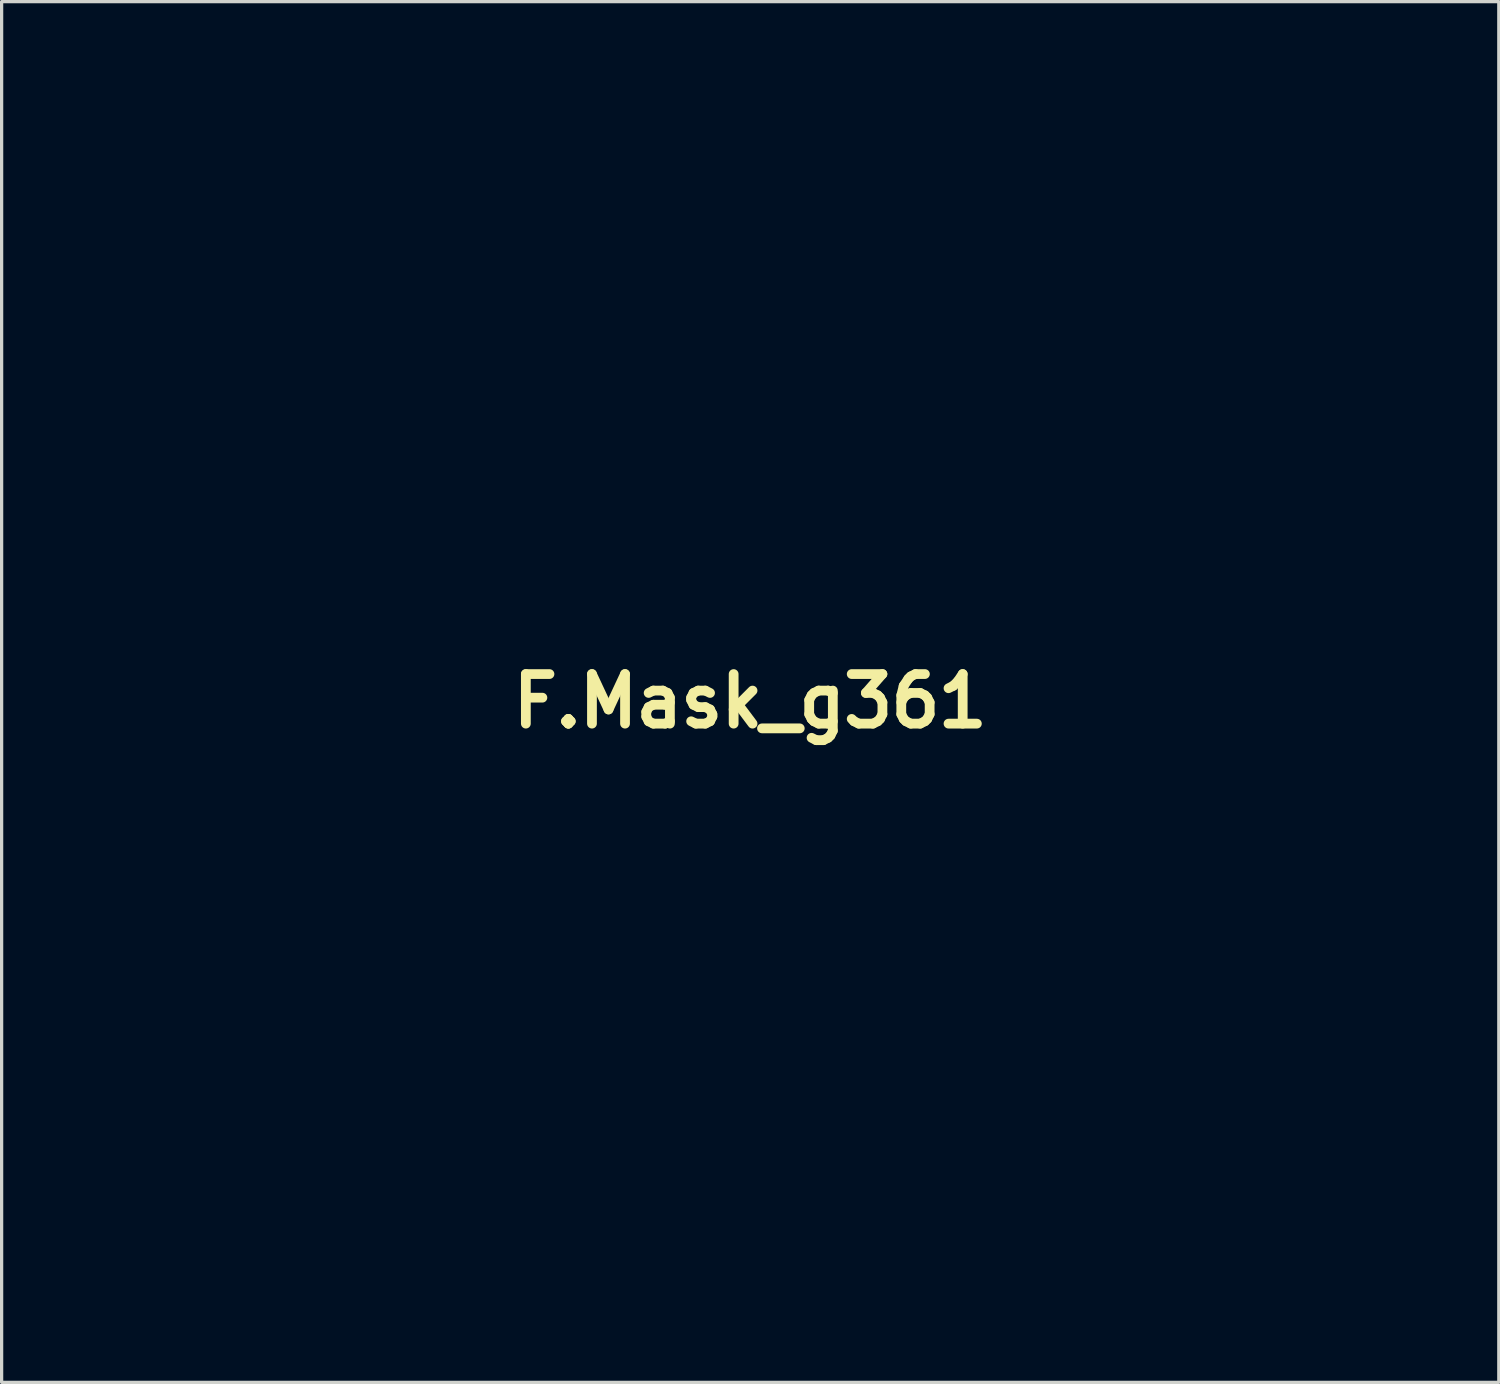
<source format=kicad_pcb>
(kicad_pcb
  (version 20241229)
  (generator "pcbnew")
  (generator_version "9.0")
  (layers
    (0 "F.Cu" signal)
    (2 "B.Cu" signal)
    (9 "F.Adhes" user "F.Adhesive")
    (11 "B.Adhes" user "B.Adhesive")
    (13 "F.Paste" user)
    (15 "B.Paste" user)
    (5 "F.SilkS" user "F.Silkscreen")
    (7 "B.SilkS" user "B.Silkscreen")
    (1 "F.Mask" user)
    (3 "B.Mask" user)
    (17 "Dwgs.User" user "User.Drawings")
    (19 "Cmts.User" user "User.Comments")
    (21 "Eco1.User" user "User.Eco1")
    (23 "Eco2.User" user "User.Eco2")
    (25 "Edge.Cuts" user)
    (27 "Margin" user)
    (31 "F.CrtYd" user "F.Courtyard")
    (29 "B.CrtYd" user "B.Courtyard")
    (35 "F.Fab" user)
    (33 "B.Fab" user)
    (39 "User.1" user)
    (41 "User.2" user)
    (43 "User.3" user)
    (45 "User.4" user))
  (footprint "F.Mask_g361"
    (layer "F.Cu")
    (at 20.006 18.501)
    (property "Reference" "F.Mask_g361" (at 0 0 0) (layer "F.SilkS") (effects (font (size 1.524 1.524) (thickness 0.3))))
    (attr through_hole)
    (fp_poly (pts (xy -11.447 3.186) (xy -11.42 3.214) (xy -11.378 3.267) (xy -11.316 3.351) (xy -11.29 3.389) (xy -11.198 3.52) (xy -11.112 3.644) (xy -11.037 3.755) (xy -10.976 3.85) (xy -10.931 3.923) (xy -10.905 3.969) (xy -10.901 3.982) (xy -10.907 3.999) (xy -10.929 3.992) (xy -10.969 3.961) (xy -11.031 3.901) (xy -11.1 3.83) (xy -11.232 3.682) (xy -11.337 3.543) (xy -11.413 3.415) (xy -11.458 3.304) (xy -11.471 3.211) (xy -11.469 3.197) (xy -11.463 3.182) (xy -11.447 3.186)) (stroke (width 0.01) (type solid)) (fill yes) (layer "F.Mask"))
    (fp_poly (pts (xy -10.345 2.486) (xy -10.309 2.511) (xy -10.225 2.608) (xy -10.174 2.727) (xy -10.16 2.833) (xy -10.165 2.911) (xy -10.179 3.011) (xy -10.199 3.122) (xy -10.222 3.231) (xy -10.247 3.326) (xy -10.27 3.395) (xy -10.276 3.407) (xy -10.332 3.478) (xy -10.405 3.51) (xy -10.49 3.504) (xy -10.546 3.48) (xy -10.614 3.421) (xy -10.663 3.327) (xy -10.692 3.204) (xy -10.701 3.057) (xy -10.688 2.894) (xy -10.661 2.75) (xy -10.622 2.625) (xy -10.574 2.529) (xy -10.547 2.493) (xy -10.492 2.461) (xy -10.42 2.458) (xy -10.345 2.486)) (stroke (width 0.01) (type solid)) (fill yes) (layer "F.Mask"))
    (fp_poly (pts (xy -1.566 -11.251) (xy -1.496 -11.22) (xy -1.453 -11.165) (xy -1.45 -11.156) (xy -1.447 -11.088) (xy -1.47 -11.006) (xy -1.514 -10.928) (xy -1.55 -10.886) (xy -1.611 -10.835) (xy -1.7 -10.769) (xy -1.809 -10.694) (xy -1.93 -10.615) (xy -2.054 -10.538) (xy -2.173 -10.468) (xy -2.278 -10.411) (xy -2.298 -10.4) (xy -2.434 -10.341) (xy -2.56 -10.304) (xy -2.669 -10.289) (xy -2.754 -10.298) (xy -2.783 -10.31) (xy -2.846 -10.367) (xy -2.876 -10.443) (xy -2.876 -10.53) (xy -2.846 -10.622) (xy -2.788 -10.711) (xy -2.705 -10.79) (xy -2.673 -10.812) (xy -2.561 -10.878) (xy -2.427 -10.948) (xy -2.28 -11.019) (xy -2.128 -11.087) (xy -1.98 -11.148) (xy -1.844 -11.198) (xy -1.729 -11.235) (xy -1.654 -11.252) (xy -1.566 -11.251)) (stroke (width 0.01) (type solid)) (fill yes) (layer "F.Mask"))
    (fp_poly (pts (xy 8.116 -12.67) (xy 8.117 -12.67) (xy 8.172 -12.639) (xy 8.2 -12.583) (xy 8.204 -12.512) (xy 8.184 -12.432) (xy 8.144 -12.352) (xy 8.084 -12.278) (xy 8.011 -12.222) (xy 7.952 -12.193) (xy 7.888 -12.175) (xy 7.81 -12.166) (xy 7.707 -12.166) (xy 7.593 -12.171) (xy 7.522 -12.173) (xy 7.476 -12.166) (xy 7.435 -12.141) (xy 7.383 -12.093) (xy 7.381 -12.091) (xy 7.279 -12.008) (xy 7.183 -11.967) (xy 7.09 -11.965) (xy 7.034 -11.985) (xy 6.994 -12.018) (xy 6.957 -12.072) (xy 6.952 -12.08) (xy 6.929 -12.174) (xy 6.945 -12.266) (xy 7 -12.353) (xy 7.091 -12.434) (xy 7.216 -12.507) (xy 7.373 -12.57) (xy 7.446 -12.591) (xy 7.535 -12.612) (xy 7.643 -12.632) (xy 7.759 -12.649) (xy 7.875 -12.663) (xy 7.98 -12.672) (xy 8.064 -12.675) (xy 8.116 -12.67)) (stroke (width 0.01) (type solid)) (fill yes) (layer "F.Mask"))
    (fp_poly (pts (xy 10.181 -15.362) (xy 10.367 -15.361) (xy 10.515 -15.359) (xy 10.631 -15.357) (xy 10.72 -15.354) (xy 10.787 -15.35) (xy 10.836 -15.344) (xy 10.874 -15.336) (xy 10.904 -15.326) (xy 10.933 -15.314) (xy 10.954 -15.303) (xy 11.047 -15.24) (xy 11.115 -15.151) (xy 11.163 -15.03) (xy 11.176 -14.975) (xy 11.186 -14.925) (xy 11.2 -14.839) (xy 11.217 -14.727) (xy 11.236 -14.594) (xy 11.257 -14.448) (xy 11.271 -14.351) (xy 11.292 -14.198) (xy 11.314 -14.051) (xy 11.335 -13.917) (xy 11.353 -13.804) (xy 11.369 -13.721) (xy 11.375 -13.688) (xy 11.397 -13.592) (xy 11.406 -13.533) (xy 11.401 -13.506) (xy 11.382 -13.506) (xy 11.347 -13.53) (xy 11.333 -13.542) (xy 11.307 -13.567) (xy 11.257 -13.618) (xy 11.186 -13.692) (xy 11.1 -13.784) (xy 11.002 -13.889) (xy 10.896 -14.002) (xy 10.896 -14.003) (xy 10.791 -14.116) (xy 10.688 -14.224) (xy 10.585 -14.332) (xy 10.476 -14.442) (xy 10.357 -14.56) (xy 10.226 -14.689) (xy 10.076 -14.833) (xy 9.906 -14.997) (xy 9.709 -15.184) (xy 9.631 -15.258) (xy 9.514 -15.369) (xy 10.181 -15.362)) (stroke (width 0.01) (type solid)) (fill yes) (layer "F.Mask"))
    (fp_poly (pts (xy 7.603 9.826) (xy 8.052 9.832) (xy 8.203 10.044) (xy 8.37 10.279) (xy 8.546 10.528) (xy 8.729 10.787) (xy 8.917 11.053) (xy 9.109 11.324) (xy 9.3 11.596) (xy 9.491 11.866) (xy 9.678 12.132) (xy 9.859 12.391) (xy 10.033 12.638) (xy 10.197 12.872) (xy 10.349 13.089) (xy 10.486 13.287) (xy 10.608 13.462) (xy 10.711 13.611) (xy 10.794 13.731) (xy 10.852 13.816) (xy 11.208 14.342) (xy 11.201 12.082) (xy 11.193 9.821) (xy 12.15 9.821) (xy 12.15 15.896) (xy 11.25 15.896) (xy 10.068 14.224) (xy 9.831 13.89) (xy 9.618 13.587) (xy 9.426 13.316) (xy 9.254 13.072) (xy 9.101 12.853) (xy 8.964 12.659) (xy 8.843 12.486) (xy 8.735 12.332) (xy 8.64 12.194) (xy 8.555 12.072) (xy 8.48 11.963) (xy 8.412 11.864) (xy 8.351 11.773) (xy 8.294 11.688) (xy 8.24 11.607) (xy 8.228 11.589) (xy 8.06 11.335) (xy 8.072 11.483) (xy 8.074 11.525) (xy 8.076 11.606) (xy 8.078 11.723) (xy 8.081 11.873) (xy 8.083 12.053) (xy 8.086 12.26) (xy 8.088 12.491) (xy 8.091 12.743) (xy 8.093 13.012) (xy 8.095 13.296) (xy 8.098 13.591) (xy 8.099 13.764) (xy 8.113 15.896) (xy 7.154 15.896) (xy 7.154 9.82) (xy 7.603 9.826)) (stroke (width 0.01) (type solid)) (fill yes) (layer "F.Mask"))
    (fp_poly (pts (xy 18.69 11.515) (xy 19.939 11.515) (xy 19.939 12.319) (xy 18.69 12.319) (xy 18.69 13.457) (xy 18.691 13.704) (xy 18.692 13.933) (xy 18.694 14.14) (xy 18.697 14.323) (xy 18.7 14.478) (xy 18.704 14.6) (xy 18.708 14.687) (xy 18.712 14.732) (xy 18.746 14.867) (xy 18.805 14.972) (xy 18.893 15.054) (xy 18.976 15.102) (xy 19.031 15.129) (xy 19.078 15.147) (xy 19.127 15.157) (xy 19.189 15.163) (xy 19.273 15.164) (xy 19.367 15.163) (xy 19.529 15.158) (xy 19.66 15.145) (xy 19.772 15.123) (xy 19.786 15.119) (xy 19.94 15.078) (xy 19.949 15.122) (xy 19.955 15.165) (xy 19.962 15.241) (xy 19.971 15.338) (xy 19.98 15.446) (xy 19.989 15.556) (xy 19.996 15.658) (xy 20.001 15.74) (xy 20.003 15.792) (xy 20.003 15.793) (xy 19.999 15.834) (xy 19.986 15.864) (xy 19.954 15.888) (xy 19.899 15.91) (xy 19.812 15.934) (xy 19.748 15.95) (xy 19.651 15.967) (xy 19.523 15.98) (xy 19.376 15.989) (xy 19.221 15.994) (xy 19.069 15.993) (xy 18.931 15.988) (xy 18.82 15.978) (xy 18.785 15.972) (xy 18.563 15.913) (xy 18.366 15.826) (xy 18.267 15.766) (xy 18.129 15.658) (xy 18.018 15.533) (xy 17.927 15.38) (xy 17.915 15.356) (xy 17.889 15.3) (xy 17.866 15.247) (xy 17.847 15.194) (xy 17.831 15.136) (xy 17.817 15.07) (xy 17.807 14.994) (xy 17.798 14.902) (xy 17.792 14.793) (xy 17.787 14.661) (xy 17.784 14.505) (xy 17.782 14.319) (xy 17.781 14.101) (xy 17.78 13.848) (xy 17.78 13.598) (xy 17.78 12.319) (xy 16.976 12.319) (xy 16.976 11.515) (xy 17.78 11.515) (xy 17.78 10.986) (xy 17.781 10.841) (xy 17.782 10.711) (xy 17.785 10.602) (xy 17.788 10.52) (xy 17.792 10.47) (xy 17.796 10.456) (xy 17.825 10.454) (xy 17.887 10.449) (xy 17.975 10.441) (xy 18.08 10.432) (xy 18.194 10.421) (xy 18.308 10.41) (xy 18.414 10.4) (xy 18.504 10.391) (xy 18.569 10.384) (xy 18.59 10.382) (xy 18.69 10.37) (xy 18.69 11.515)) (stroke (width 0.01) (type solid)) (fill yes) (layer "F.Mask"))
    (fp_poly (pts (xy 3.286 12.991) (xy 3.288 13.286) (xy 3.289 13.542) (xy 3.291 13.762) (xy 3.293 13.949) (xy 3.296 14.107) (xy 3.299 14.239) (xy 3.304 14.348) (xy 3.31 14.437) (xy 3.318 14.51) (xy 3.328 14.569) (xy 3.34 14.618) (xy 3.354 14.661) (xy 3.37 14.7) (xy 3.39 14.739) (xy 3.413 14.781) (xy 3.421 14.796) (xy 3.519 14.933) (xy 3.648 15.042) (xy 3.806 15.122) (xy 3.994 15.172) (xy 4.038 15.178) (xy 4.243 15.189) (xy 4.435 15.165) (xy 4.61 15.109) (xy 4.763 15.023) (xy 4.891 14.908) (xy 4.989 14.766) (xy 4.993 14.757) (xy 5.014 14.716) (xy 5.031 14.677) (xy 5.046 14.636) (xy 5.058 14.589) (xy 5.069 14.534) (xy 5.078 14.468) (xy 5.084 14.386) (xy 5.09 14.287) (xy 5.094 14.166) (xy 5.097 14.021) (xy 5.099 13.848) (xy 5.1 13.644) (xy 5.101 13.406) (xy 5.101 13.13) (xy 5.101 12.959) (xy 5.101 11.515) (xy 6.035 11.515) (xy 6.027 13.044) (xy 6.025 13.348) (xy 6.024 13.614) (xy 6.022 13.843) (xy 6.019 14.04) (xy 6.016 14.208) (xy 6.013 14.35) (xy 6.008 14.469) (xy 6.001 14.569) (xy 5.994 14.652) (xy 5.984 14.723) (xy 5.972 14.783) (xy 5.958 14.838) (xy 5.942 14.889) (xy 5.923 14.941) (xy 5.901 14.995) (xy 5.893 15.017) (xy 5.796 15.207) (xy 5.665 15.391) (xy 5.509 15.558) (xy 5.337 15.698) (xy 5.262 15.746) (xy 5.073 15.839) (xy 4.855 15.912) (xy 4.615 15.964) (xy 4.361 15.995) (xy 4.102 16.002) (xy 3.847 15.985) (xy 3.792 15.978) (xy 3.709 15.962) (xy 3.605 15.937) (xy 3.497 15.907) (xy 3.464 15.896) (xy 3.224 15.799) (xy 3.012 15.671) (xy 2.829 15.511) (xy 2.673 15.319) (xy 2.544 15.095) (xy 2.531 15.067) (xy 2.505 15.009) (xy 2.481 14.957) (xy 2.461 14.907) (xy 2.444 14.856) (xy 2.43 14.802) (xy 2.418 14.74) (xy 2.408 14.668) (xy 2.4 14.582) (xy 2.394 14.479) (xy 2.389 14.356) (xy 2.385 14.209) (xy 2.383 14.036) (xy 2.381 13.833) (xy 2.379 13.597) (xy 2.378 13.324) (xy 2.376 13.065) (xy 2.369 11.515) (xy 3.279 11.515) (xy 3.286 12.991)) (stroke (width 0.01) (type solid)) (fill yes) (layer "F.Mask"))
    (fp_poly (pts (xy -0.089 11.421) (xy 0.052 11.44) (xy 0.322 11.51) (xy 0.568 11.616) (xy 0.79 11.755) (xy 0.987 11.926) (xy 1.158 12.128) (xy 1.301 12.359) (xy 1.415 12.618) (xy 1.498 12.903) (xy 1.546 13.172) (xy 1.555 13.282) (xy 1.561 13.419) (xy 1.563 13.575) (xy 1.561 13.738) (xy 1.556 13.901) (xy 1.548 14.054) (xy 1.537 14.188) (xy 1.523 14.293) (xy 1.516 14.33) (xy 1.43 14.639) (xy 1.322 14.913) (xy 1.191 15.154) (xy 1.034 15.364) (xy 0.852 15.546) (xy 0.641 15.7) (xy 0.417 15.823) (xy 0.174 15.916) (xy -0.09 15.974) (xy -0.307 15.995) (xy -0.584 15.992) (xy -0.84 15.953) (xy -1.074 15.878) (xy -1.287 15.768) (xy -1.316 15.749) (xy -1.379 15.707) (xy -1.428 15.677) (xy -1.452 15.664) (xy -1.452 15.663) (xy -1.454 15.684) (xy -1.455 15.743) (xy -1.457 15.836) (xy -1.458 15.961) (xy -1.459 16.112) (xy -1.46 16.286) (xy -1.46 16.479) (xy -1.46 16.687) (xy -1.46 16.796) (xy -1.46 17.928) (xy -2.349 17.928) (xy -2.349 12.711) (xy -1.46 12.711) (xy -1.46 14.771) (xy -1.371 14.848) (xy -1.18 14.987) (xy -0.975 15.09) (xy -0.761 15.156) (xy -0.542 15.182) (xy -0.324 15.17) (xy -0.191 15.141) (xy -0.01 15.07) (xy 0.152 14.962) (xy 0.293 14.82) (xy 0.412 14.646) (xy 0.506 14.442) (xy 0.55 14.304) (xy 0.586 14.131) (xy 0.609 13.93) (xy 0.618 13.715) (xy 0.614 13.498) (xy 0.596 13.291) (xy 0.565 13.108) (xy 0.561 13.09) (xy 0.489 12.87) (xy 0.389 12.679) (xy 0.264 12.519) (xy 0.116 12.391) (xy -0.053 12.297) (xy -0.241 12.239) (xy -0.444 12.219) (xy -0.619 12.231) (xy -0.813 12.278) (xy -1.007 12.358) (xy -1.188 12.468) (xy -1.322 12.579) (xy -1.46 12.711) (xy -2.349 12.711) (xy -2.349 11.515) (xy -1.631 11.515) (xy -1.585 11.668) (xy -1.562 11.744) (xy -1.543 11.803) (xy -1.532 11.835) (xy -1.531 11.836) (xy -1.512 11.831) (xy -1.468 11.805) (xy -1.407 11.763) (xy -1.387 11.748) (xy -1.187 11.619) (xy -0.954 11.511) (xy -0.847 11.471) (xy -0.731 11.442) (xy -0.586 11.423) (xy -0.422 11.412) (xy -0.253 11.411) (xy -0.089 11.421)) (stroke (width 0.01) (type solid)) (fill yes) (layer "F.Mask"))
    (fp_poly (pts (xy -7.436 11.42) (xy -7.23 11.456) (xy -7.047 11.519) (xy -6.878 11.611) (xy -6.718 11.736) (xy -6.693 11.759) (xy -6.617 11.835) (xy -6.544 11.918) (xy -6.487 11.992) (xy -6.477 12.007) (xy -6.403 12.122) (xy -6.19 11.919) (xy -5.998 11.751) (xy -5.81 11.62) (xy -5.62 11.524) (xy -5.419 11.458) (xy -5.201 11.421) (xy -4.957 11.41) (xy -4.953 11.41) (xy -4.708 11.421) (xy -4.492 11.456) (xy -4.297 11.517) (xy -4.116 11.606) (xy -4.032 11.66) (xy -3.862 11.802) (xy -3.716 11.978) (xy -3.599 12.181) (xy -3.571 12.239) (xy -3.547 12.29) (xy -3.526 12.339) (xy -3.508 12.389) (xy -3.493 12.442) (xy -3.481 12.502) (xy -3.47 12.572) (xy -3.462 12.655) (xy -3.455 12.755) (xy -3.45 12.873) (xy -3.445 13.015) (xy -3.442 13.182) (xy -3.44 13.377) (xy -3.438 13.605) (xy -3.437 13.868) (xy -3.435 14.169) (xy -3.435 14.272) (xy -3.426 15.896) (xy -4.359 15.896) (xy -4.365 14.335) (xy -4.371 12.774) (xy -4.418 12.657) (xy -4.484 12.521) (xy -4.56 12.418) (xy -4.655 12.339) (xy -4.736 12.294) (xy -4.808 12.26) (xy -4.868 12.24) (xy -4.931 12.229) (xy -5.013 12.226) (xy -5.068 12.225) (xy -5.262 12.24) (xy -5.442 12.284) (xy -5.611 12.361) (xy -5.777 12.473) (xy -5.943 12.623) (xy -5.995 12.677) (xy -6.16 12.852) (xy -6.16 15.896) (xy -7.07 15.896) (xy -7.07 14.515) (xy -7.07 14.203) (xy -7.071 13.931) (xy -7.073 13.694) (xy -7.075 13.491) (xy -7.078 13.317) (xy -7.083 13.17) (xy -7.088 13.046) (xy -7.095 12.943) (xy -7.104 12.858) (xy -7.114 12.786) (xy -7.126 12.726) (xy -7.14 12.673) (xy -7.156 12.625) (xy -7.157 12.624) (xy -7.221 12.501) (xy -7.31 12.394) (xy -7.416 12.311) (xy -7.505 12.27) (xy -7.703 12.227) (xy -7.903 12.225) (xy -8.101 12.263) (xy -8.294 12.34) (xy -8.481 12.456) (xy -8.658 12.609) (xy -8.775 12.738) (xy -8.89 12.878) (xy -8.89 15.896) (xy -9.8 15.896) (xy -9.8 11.515) (xy -9.061 11.515) (xy -9.04 11.594) (xy -9.022 11.665) (xy -9.003 11.749) (xy -8.996 11.779) (xy -8.978 11.862) (xy -8.961 11.906) (xy -8.937 11.915) (xy -8.897 11.892) (xy -8.834 11.839) (xy -8.832 11.837) (xy -8.632 11.683) (xy -8.435 11.566) (xy -8.231 11.484) (xy -8.012 11.433) (xy -7.77 11.411) (xy -7.671 11.409) (xy -7.436 11.42)) (stroke (width 0.01) (type solid)) (fill yes) (layer "F.Mask"))
    (fp_poly (pts (xy -12.58 11.422) (xy -12.463 11.424) (xy -12.372 11.428) (xy -12.298 11.435) (xy -12.235 11.445) (xy -12.173 11.459) (xy -12.139 11.468) (xy -11.861 11.565) (xy -11.609 11.695) (xy -11.384 11.858) (xy -11.187 12.051) (xy -11.018 12.275) (xy -10.878 12.528) (xy -10.768 12.81) (xy -10.689 13.12) (xy -10.678 13.176) (xy -10.661 13.313) (xy -10.649 13.479) (xy -10.644 13.661) (xy -10.646 13.846) (xy -10.654 14.021) (xy -10.669 14.173) (xy -10.678 14.234) (xy -10.752 14.543) (xy -10.857 14.826) (xy -10.993 15.083) (xy -11.157 15.311) (xy -11.348 15.51) (xy -11.566 15.678) (xy -11.807 15.813) (xy -12.071 15.913) (xy -12.316 15.971) (xy -12.44 15.986) (xy -12.59 15.996) (xy -12.753 15.999) (xy -12.913 15.995) (xy -13.056 15.986) (xy -13.113 15.979) (xy -13.388 15.919) (xy -13.647 15.822) (xy -13.886 15.689) (xy -14.103 15.524) (xy -14.296 15.33) (xy -14.462 15.107) (xy -14.598 14.859) (xy -14.703 14.589) (xy -14.753 14.398) (xy -14.808 14.069) (xy -14.823 13.831) (xy -13.879 13.831) (xy -13.851 14.083) (xy -13.796 14.316) (xy -13.716 14.528) (xy -13.612 14.715) (xy -13.485 14.875) (xy -13.337 15.003) (xy -13.171 15.097) (xy -13.099 15.125) (xy -12.946 15.168) (xy -12.809 15.188) (xy -12.669 15.188) (xy -12.562 15.176) (xy -12.367 15.128) (xy -12.188 15.042) (xy -12.028 14.921) (xy -11.889 14.767) (xy -11.774 14.581) (xy -11.683 14.366) (xy -11.639 14.213) (xy -11.609 14.047) (xy -11.593 13.856) (xy -11.589 13.653) (xy -11.599 13.454) (xy -11.623 13.274) (xy -11.639 13.197) (xy -11.714 12.96) (xy -11.815 12.752) (xy -11.94 12.577) (xy -12.087 12.434) (xy -12.256 12.325) (xy -12.444 12.253) (xy -12.649 12.218) (xy -12.749 12.214) (xy -12.957 12.236) (xy -13.148 12.295) (xy -13.32 12.39) (xy -13.473 12.518) (xy -13.604 12.678) (xy -13.712 12.868) (xy -13.795 13.085) (xy -13.851 13.328) (xy -13.877 13.565) (xy -13.879 13.831) (xy -14.823 13.831) (xy -14.829 13.744) (xy -14.817 13.427) (xy -14.773 13.122) (xy -14.698 12.831) (xy -14.593 12.558) (xy -14.459 12.308) (xy -14.297 12.083) (xy -14.108 11.887) (xy -14.074 11.858) (xy -13.93 11.752) (xy -13.758 11.649) (xy -13.574 11.559) (xy -13.393 11.489) (xy -13.324 11.468) (xy -13.26 11.452) (xy -13.198 11.44) (xy -13.131 11.431) (xy -13.049 11.426) (xy -12.946 11.423) (xy -12.813 11.422) (xy -12.732 11.422) (xy -12.58 11.422)) (stroke (width 0.01) (type solid)) (fill yes) (layer "F.Mask"))
    (fp_poly (pts (xy 15.058 11.414) (xy 15.198 11.427) (xy 15.276 11.44) (xy 15.489 11.495) (xy 15.672 11.566) (xy 15.836 11.658) (xy 15.991 11.777) (xy 16.059 11.839) (xy 16.221 12.017) (xy 16.357 12.219) (xy 16.466 12.447) (xy 16.55 12.704) (xy 16.61 12.99) (xy 16.646 13.307) (xy 16.658 13.659) (xy 16.658 13.673) (xy 16.658 13.97) (xy 13.78 13.97) (xy 13.78 14.018) (xy 13.789 14.105) (xy 13.813 14.216) (xy 13.848 14.337) (xy 13.889 14.453) (xy 13.916 14.515) (xy 14.024 14.695) (xy 14.165 14.848) (xy 14.337 14.973) (xy 14.54 15.071) (xy 14.683 15.117) (xy 14.752 15.134) (xy 14.819 15.147) (xy 14.895 15.155) (xy 14.988 15.16) (xy 15.106 15.162) (xy 15.229 15.163) (xy 15.44 15.159) (xy 15.622 15.147) (xy 15.789 15.125) (xy 15.952 15.09) (xy 16.126 15.04) (xy 16.22 15.009) (xy 16.317 14.978) (xy 16.379 14.964) (xy 16.41 14.966) (xy 16.414 14.971) (xy 16.419 15.002) (xy 16.428 15.066) (xy 16.438 15.154) (xy 16.449 15.256) (xy 16.461 15.365) (xy 16.471 15.471) (xy 16.48 15.564) (xy 16.486 15.637) (xy 16.489 15.679) (xy 16.489 15.68) (xy 16.48 15.713) (xy 16.448 15.743) (xy 16.384 15.775) (xy 16.377 15.779) (xy 16.22 15.839) (xy 16.032 15.895) (xy 15.825 15.943) (xy 15.79 15.95) (xy 15.693 15.964) (xy 15.564 15.975) (xy 15.413 15.985) (xy 15.249 15.991) (xy 15.085 15.994) (xy 14.928 15.994) (xy 14.79 15.99) (xy 14.681 15.982) (xy 14.658 15.979) (xy 14.346 15.919) (xy 14.062 15.827) (xy 13.806 15.704) (xy 13.581 15.552) (xy 13.385 15.369) (xy 13.22 15.158) (xy 13.085 14.918) (xy 12.983 14.65) (xy 12.912 14.355) (xy 12.873 14.033) (xy 12.873 14.024) (xy 12.866 13.838) (xy 12.867 13.641) (xy 12.877 13.447) (xy 12.893 13.266) (xy 12.911 13.145) (xy 13.826 13.145) (xy 15.705 13.145) (xy 15.693 13.076) (xy 15.64 12.853) (xy 15.567 12.666) (xy 15.471 12.513) (xy 15.352 12.393) (xy 15.226 12.312) (xy 15.055 12.247) (xy 14.878 12.222) (xy 14.702 12.233) (xy 14.53 12.278) (xy 14.366 12.355) (xy 14.215 12.461) (xy 14.082 12.594) (xy 13.971 12.752) (xy 13.887 12.933) (xy 13.855 13.034) (xy 13.826 13.145) (xy 12.911 13.145) (xy 12.916 13.113) (xy 12.921 13.087) (xy 13.003 12.787) (xy 13.116 12.511) (xy 13.259 12.261) (xy 13.429 12.039) (xy 13.626 11.847) (xy 13.846 11.686) (xy 14.089 11.559) (xy 14.352 11.468) (xy 14.461 11.442) (xy 14.587 11.424) (xy 14.738 11.413) (xy 14.9 11.41) (xy 15.058 11.414)) (stroke (width 0.01) (type solid)) (fill yes) (layer "F.Mask"))
    (fp_poly (pts (xy -16.665 9.727) (xy -16.517 9.729) (xy -16.399 9.732) (xy -16.302 9.737) (xy -16.222 9.745) (xy -16.15 9.755) (xy -16.097 9.764) (xy -16.006 9.785) (xy -15.903 9.812) (xy -15.796 9.842) (xy -15.694 9.874) (xy -15.607 9.903) (xy -15.542 9.928) (xy -15.51 9.945) (xy -15.51 9.945) (xy -15.507 9.97) (xy -15.509 10.031) (xy -15.514 10.12) (xy -15.523 10.231) (xy -15.535 10.357) (xy -15.536 10.372) (xy -15.549 10.499) (xy -15.561 10.612) (xy -15.57 10.703) (xy -15.576 10.767) (xy -15.579 10.796) (xy -15.579 10.796) (xy -15.598 10.796) (xy -15.649 10.784) (xy -15.726 10.764) (xy -15.821 10.736) (xy -15.838 10.731) (xy -15.963 10.695) (xy -16.098 10.66) (xy -16.226 10.631) (xy -16.309 10.615) (xy -16.461 10.595) (xy -16.636 10.583) (xy -16.822 10.578) (xy -17.004 10.581) (xy -17.167 10.591) (xy -17.261 10.603) (xy -17.555 10.669) (xy -17.831 10.769) (xy -18.084 10.902) (xy -18.311 11.065) (xy -18.424 11.168) (xy -18.607 11.378) (xy -18.76 11.617) (xy -18.884 11.881) (xy -18.977 12.167) (xy -19.037 12.471) (xy -19.064 12.791) (xy -19.057 13.122) (xy -19.053 13.176) (xy -19.01 13.497) (xy -18.938 13.786) (xy -18.838 14.047) (xy -18.707 14.279) (xy -18.547 14.484) (xy -18.355 14.665) (xy -18.199 14.78) (xy -17.993 14.894) (xy -17.756 14.988) (xy -17.495 15.059) (xy -17.217 15.106) (xy -16.929 15.127) (xy -16.638 15.122) (xy -16.558 15.116) (xy -16.405 15.099) (xy -16.235 15.074) (xy -16.061 15.044) (xy -15.896 15.012) (xy -15.749 14.979) (xy -15.647 14.951) (xy -15.583 14.934) (xy -15.537 14.927) (xy -15.523 14.929) (xy -15.517 14.953) (xy -15.509 15.011) (xy -15.499 15.096) (xy -15.488 15.198) (xy -15.477 15.311) (xy -15.466 15.426) (xy -15.457 15.534) (xy -15.45 15.629) (xy -15.445 15.702) (xy -15.445 15.745) (xy -15.446 15.753) (xy -15.471 15.769) (xy -15.53 15.792) (xy -15.615 15.82) (xy -15.717 15.85) (xy -15.83 15.88) (xy -15.945 15.908) (xy -16.053 15.932) (xy -16.105 15.941) (xy -16.254 15.962) (xy -16.434 15.978) (xy -16.633 15.989) (xy -16.839 15.995) (xy -17.043 15.995) (xy -17.232 15.989) (xy -17.395 15.977) (xy -17.441 15.972) (xy -17.816 15.906) (xy -18.163 15.81) (xy -18.481 15.682) (xy -18.772 15.523) (xy -19.033 15.334) (xy -19.265 15.115) (xy -19.468 14.866) (xy -19.641 14.587) (xy -19.779 14.289) (xy -19.849 14.093) (xy -19.905 13.886) (xy -19.951 13.656) (xy -19.972 13.525) (xy -19.988 13.377) (xy -19.998 13.2) (xy -20.001 13.006) (xy -19.999 12.804) (xy -19.991 12.604) (xy -19.978 12.417) (xy -19.959 12.254) (xy -19.94 12.139) (xy -19.842 11.771) (xy -19.712 11.43) (xy -19.551 11.118) (xy -19.359 10.833) (xy -19.138 10.578) (xy -18.887 10.354) (xy -18.609 10.16) (xy -18.302 9.998) (xy -17.969 9.868) (xy -17.625 9.774) (xy -17.554 9.76) (xy -17.488 9.749) (xy -17.418 9.74) (xy -17.338 9.734) (xy -17.242 9.73) (xy -17.122 9.728) (xy -16.971 9.727) (xy -16.849 9.727) (xy -16.665 9.727)) (stroke (width 0.01) (type solid)) (fill yes) (layer "F.Mask"))
    (fp_poly (pts (xy 0.692 -18.494) (xy 0.748 -18.493) (xy 1.048 -18.489) (xy 1.312 -18.484) (xy 1.545 -18.477) (xy 1.753 -18.468) (xy 1.943 -18.456) (xy 2.121 -18.441) (xy 2.293 -18.422) (xy 2.464 -18.399) (xy 2.64 -18.371) (xy 2.828 -18.338) (xy 3.034 -18.299) (xy 3.091 -18.288) (xy 3.796 -18.131) (xy 4.493 -17.941) (xy 5.178 -17.718) (xy 5.848 -17.466) (xy 6.499 -17.184) (xy 7.128 -16.874) (xy 7.732 -16.538) (xy 8.308 -16.178) (xy 8.851 -15.795) (xy 9.048 -15.644) (xy 9.135 -15.576) (xy 9.212 -15.516) (xy 9.272 -15.469) (xy 9.308 -15.441) (xy 9.312 -15.438) (xy 9.334 -15.412) (xy 9.333 -15.401) (xy 9.308 -15.393) (xy 9.247 -15.38) (xy 9.157 -15.363) (xy 9.041 -15.342) (xy 8.908 -15.319) (xy 8.761 -15.295) (xy 8.608 -15.27) (xy 8.454 -15.245) (xy 8.304 -15.222) (xy 8.165 -15.201) (xy 8.043 -15.184) (xy 7.943 -15.171) (xy 7.916 -15.168) (xy 7.781 -15.153) (xy 7.632 -15.137) (xy 7.49 -15.124) (xy 7.387 -15.114) (xy 7.245 -15.099) (xy 7.126 -15.076) (xy 7.008 -15.043) (xy 6.935 -15.018) (xy 6.71 -14.948) (xy 6.457 -14.888) (xy 6.188 -14.84) (xy 5.916 -14.807) (xy 5.747 -14.795) (xy 5.608 -14.787) (xy 5.501 -14.779) (xy 5.417 -14.767) (xy 5.346 -14.752) (xy 5.277 -14.732) (xy 5.249 -14.723) (xy 5.173 -14.699) (xy 5.067 -14.671) (xy 4.941 -14.64) (xy 4.808 -14.611) (xy 4.731 -14.595) (xy 4.57 -14.562) (xy 4.44 -14.532) (xy 4.329 -14.502) (xy 4.226 -14.469) (xy 4.12 -14.429) (xy 4 -14.379) (xy 3.948 -14.356) (xy 3.825 -14.305) (xy 3.665 -14.244) (xy 3.469 -14.173) (xy 3.24 -14.093) (xy 2.982 -14.005) (xy 2.696 -13.911) (xy 2.529 -13.857) (xy 1.608 -13.542) (xy 0.682 -13.194) (xy -0.235 -12.819) (xy -1.018 -12.471) (xy -1.323 -12.329) (xy -1.595 -12.198) (xy -1.842 -12.074) (xy -2.07 -11.953) (xy -2.287 -11.83) (xy -2.499 -11.702) (xy -2.714 -11.564) (xy -2.937 -11.412) (xy -3.176 -11.243) (xy -3.438 -11.052) (xy -3.552 -10.968) (xy -3.767 -10.809) (xy -3.953 -10.671) (xy -4.116 -10.552) (xy -4.261 -10.446) (xy -4.393 -10.352) (xy -4.518 -10.264) (xy -4.64 -10.179) (xy -4.765 -10.093) (xy -4.898 -10.003) (xy -4.942 -9.973) (xy -5.103 -9.864) (xy -5.247 -9.764) (xy -5.379 -9.666) (xy -5.507 -9.568) (xy -5.634 -9.463) (xy -5.768 -9.349) (xy -5.914 -9.219) (xy -6.076 -9.069) (xy -6.262 -8.894) (xy -6.302 -8.856) (xy -6.478 -8.691) (xy -6.629 -8.553) (xy -6.757 -8.439) (xy -6.868 -8.346) (xy -6.964 -8.271) (xy -7.05 -8.21) (xy -7.125 -8.163) (xy -7.259 -8.077) (xy -7.378 -7.985) (xy -7.492 -7.875) (xy -7.584 -7.774) (xy -7.683 -7.654) (xy -7.793 -7.506) (xy -7.908 -7.339) (xy -8.021 -7.165) (xy -8.127 -6.992) (xy -8.203 -6.858) (xy -8.296 -6.693) (xy -8.385 -6.552) (xy -8.481 -6.421) (xy -8.593 -6.287) (xy -8.703 -6.166) (xy -8.824 -6.028) (xy -8.911 -5.907) (xy -8.967 -5.802) (xy -8.993 -5.707) (xy -8.996 -5.668) (xy -9.015 -5.545) (xy -9.071 -5.416) (xy -9.159 -5.287) (xy -9.189 -5.252) (xy -9.251 -5.176) (xy -9.322 -5.08) (xy -9.391 -4.978) (xy -9.419 -4.932) (xy -9.488 -4.824) (xy -9.569 -4.705) (xy -9.65 -4.596) (xy -9.676 -4.563) (xy -9.757 -4.461) (xy -9.814 -4.383) (xy -9.85 -4.319) (xy -9.871 -4.261) (xy -9.878 -4.2) (xy -9.876 -4.126) (xy -9.873 -4.077) (xy -9.869 -4.011) (xy -9.869 -3.949) (xy -9.875 -3.887) (xy -9.889 -3.821) (xy -9.912 -3.748) (xy -9.945 -3.662) (xy -9.991 -3.561) (xy -10.051 -3.44) (xy -10.126 -3.294) (xy -10.218 -3.121) (xy -10.329 -2.915) (xy -10.357 -2.864) (xy -10.457 -2.677) (xy -10.536 -2.519) (xy -10.598 -2.385) (xy -10.644 -2.267) (xy -10.677 -2.16) (xy -10.699 -2.058) (xy -10.713 -1.961) (xy -10.734 -1.809) (xy -10.767 -1.651) (xy -10.814 -1.48) (xy -10.877 -1.288) (xy -10.958 -1.068) (xy -10.986 -0.996) (xy -11.07 -0.771) (xy -11.146 -0.554) (xy -11.212 -0.341) (xy -11.27 -0.126) (xy -11.322 0.093) (xy -11.366 0.322) (xy -11.405 0.566) (xy -11.44 0.829) (xy -11.47 1.116) (xy -11.497 1.43) (xy -11.521 1.777) (xy -11.544 2.162) (xy -11.547 2.222) (xy -11.556 2.38) (xy -11.565 2.524) (xy -11.572 2.649) (xy -11.579 2.748) (xy -11.585 2.818) (xy -11.589 2.852) (xy -11.59 2.855) (xy -11.601 2.839) (xy -11.628 2.788) (xy -11.67 2.708) (xy -11.725 2.602) (xy -11.79 2.473) (xy -11.863 2.326) (xy -11.942 2.165) (xy -11.967 2.115) (xy -12.104 1.834) (xy -12.224 1.583) (xy -12.33 1.357) (xy -12.424 1.148) (xy -12.509 0.951) (xy -12.589 0.758) (xy -12.666 0.563) (xy -12.74 0.369) (xy -12.867 0.01) (xy -12.989 -0.365) (xy -13.103 -0.749) (xy -13.207 -1.132) (xy -13.3 -1.508) (xy -13.378 -1.868) (xy -13.439 -2.204) (xy -13.473 -2.433) (xy -13.49 -2.582) (xy -13.504 -2.769) (xy -13.516 -2.987) (xy -13.526 -3.233) (xy -13.534 -3.5) (xy -13.54 -3.783) (xy -13.544 -4.078) (xy -13.546 -4.379) (xy -13.545 -4.681) (xy -13.543 -4.978) (xy -13.539 -5.267) (xy -13.532 -5.541) (xy -13.524 -5.795) (xy -13.513 -6.024) (xy -13.5 -6.224) (xy -13.486 -6.388) (xy -13.483 -6.413) (xy -13.47 -6.505) (xy -13.451 -6.625) (xy -13.427 -6.762) (xy -13.402 -6.903) (xy -13.387 -6.98) (xy -13.214 -7.748) (xy -13.004 -8.5) (xy -12.757 -9.235) (xy -12.473 -9.951) (xy -12.154 -10.647) (xy -11.799 -11.322) (xy -11.411 -11.975) (xy -10.989 -12.605) (xy -10.535 -13.211) (xy -10.049 -13.791) (xy -9.532 -14.344) (xy -8.984 -14.869) (xy -8.407 -15.365) (xy -7.802 -15.83) (xy -7.461 -16.07) (xy -6.817 -16.484) (xy -6.149 -16.863) (xy -5.461 -17.205) (xy -4.754 -17.511) (xy -4.03 -17.779) (xy -3.29 -18.009) (xy -2.537 -18.199) (xy -1.953 -18.319) (xy -1.712 -18.361) (xy -1.481 -18.396) (xy -1.254 -18.426) (xy -1.026 -18.45) (xy -0.791 -18.468) (xy -0.543 -18.482) (xy -0.276 -18.491) (xy 0.015 -18.495) (xy 0.336 -18.496) (xy 0.692 -18.494)) (stroke (width 0.01) (type solid)) (fill yes) (layer "F.Mask"))
    (fp_poly (pts (xy 11.549 -13.182) (xy 11.574 -13.161) (xy 11.609 -13.122) (xy 11.657 -13.059) (xy 11.722 -12.969) (xy 11.807 -12.85) (xy 11.826 -12.823) (xy 12.144 -12.359) (xy 12.433 -11.912) (xy 12.696 -11.476) (xy 12.936 -11.043) (xy 13.159 -10.606) (xy 13.369 -10.158) (xy 13.483 -9.895) (xy 13.629 -9.536) (xy 13.769 -9.154) (xy 13.903 -8.754) (xy 14.029 -8.345) (xy 14.145 -7.934) (xy 14.247 -7.528) (xy 14.336 -7.135) (xy 14.408 -6.76) (xy 14.462 -6.412) (xy 14.479 -6.276) (xy 14.485 -6.2) (xy 14.49 -6.086) (xy 14.496 -5.939) (xy 14.5 -5.764) (xy 14.504 -5.565) (xy 14.508 -5.347) (xy 14.511 -5.115) (xy 14.513 -4.874) (xy 14.515 -4.628) (xy 14.516 -4.381) (xy 14.516 -4.139) (xy 14.516 -3.906) (xy 14.514 -3.688) (xy 14.512 -3.487) (xy 14.509 -3.31) (xy 14.505 -3.161) (xy 14.502 -3.069) (xy 14.488 -2.834) (xy 14.471 -2.615) (xy 14.448 -2.406) (xy 14.419 -2.197) (xy 14.382 -1.983) (xy 14.336 -1.755) (xy 14.28 -1.506) (xy 14.212 -1.228) (xy 14.171 -1.069) (xy 13.954 -0.309) (xy 13.7 0.432) (xy 13.408 1.154) (xy 13.08 1.855) (xy 12.716 2.536) (xy 12.316 3.194) (xy 11.881 3.829) (xy 11.411 4.441) (xy 10.906 5.028) (xy 10.373 5.586) (xy 9.816 6.108) (xy 9.233 6.597) (xy 8.624 7.053) (xy 7.993 7.475) (xy 7.339 7.862) (xy 6.665 8.214) (xy 5.973 8.528) (xy 5.263 8.806) (xy 4.538 9.044) (xy 3.799 9.244) (xy 3.255 9.364) (xy 3.04 9.406) (xy 2.84 9.442) (xy 2.651 9.472) (xy 2.464 9.498) (xy 2.274 9.519) (xy 2.074 9.537) (xy 1.858 9.552) (xy 1.62 9.566) (xy 1.352 9.577) (xy 1.048 9.588) (xy 1.037 9.588) (xy 0.686 9.598) (xy 0.367 9.604) (xy 0.071 9.605) (xy -0.213 9.603) (xy -0.495 9.596) (xy -0.73 9.587) (xy -0.978 9.569) (xy -1.259 9.538) (xy -1.566 9.493) (xy -1.894 9.436) (xy -2.237 9.369) (xy -2.587 9.292) (xy -2.939 9.208) (xy -3.286 9.116) (xy -3.62 9.019) (xy -4.309 8.789) (xy -4.993 8.518) (xy -5.669 8.209) (xy -6.332 7.863) (xy -6.98 7.481) (xy -7.61 7.066) (xy -8.218 6.62) (xy -8.615 6.302) (xy -8.774 6.165) (xy -8.949 6.008) (xy -9.135 5.835) (xy -9.327 5.651) (xy -9.519 5.463) (xy -9.706 5.274) (xy -9.884 5.09) (xy -10.045 4.918) (xy -10.186 4.761) (xy -10.301 4.625) (xy -10.318 4.604) (xy -10.384 4.517) (xy -10.422 4.454) (xy -10.431 4.416) (xy -10.41 4.403) (xy -10.357 4.413) (xy -10.27 4.447) (xy -10.15 4.503) (xy -10.101 4.527) (xy -9.977 4.591) (xy -9.853 4.658) (xy -9.723 4.731) (xy -9.58 4.815) (xy -9.418 4.913) (xy -9.232 5.028) (xy -9.081 5.123) (xy -8.87 5.252) (xy -8.692 5.356) (xy -8.544 5.436) (xy -8.423 5.493) (xy -8.33 5.526) (xy -8.285 5.536) (xy -8.226 5.541) (xy -8.177 5.532) (xy -8.122 5.503) (xy -8.092 5.484) (xy -8.017 5.441) (xy -7.955 5.423) (xy -7.909 5.423) (xy -7.859 5.43) (xy -7.828 5.449) (xy -7.805 5.491) (xy -7.789 5.529) (xy -7.747 5.621) (xy -7.683 5.729) (xy -7.595 5.856) (xy -7.481 6.004) (xy -7.34 6.175) (xy -7.171 6.371) (xy -7.073 6.482) (xy -6.996 6.567) (xy -6.928 6.64) (xy -6.875 6.694) (xy -6.842 6.726) (xy -6.833 6.731) (xy -6.812 6.72) (xy -6.76 6.687) (xy -6.681 6.637) (xy -6.58 6.572) (xy -6.461 6.494) (xy -6.329 6.406) (xy -6.246 6.351) (xy -5.927 6.141) (xy -5.636 5.954) (xy -5.367 5.788) (xy -5.115 5.639) (xy -4.876 5.505) (xy -4.643 5.383) (xy -4.411 5.269) (xy -4.176 5.162) (xy -4.022 5.095) (xy -3.777 4.995) (xy -3.529 4.902) (xy -3.27 4.815) (xy -2.992 4.73) (xy -2.688 4.646) (xy -2.351 4.559) (xy -2.322 4.552) (xy -2.029 4.477) (xy -1.777 4.408) (xy -1.566 4.345) (xy -1.396 4.288) (xy -1.266 4.236) (xy -1.175 4.19) (xy -1.164 4.183) (xy -1.086 4.109) (xy -1.03 4.014) (xy -0.973 3.918) (xy -0.892 3.838) (xy -0.786 3.773) (xy -0.648 3.72) (xy -0.476 3.677) (xy -0.339 3.653) (xy -0.221 3.635) (xy -0.086 3.614) (xy 0.043 3.594) (xy 0.074 3.589) (xy 0.208 3.564) (xy 0.321 3.531) (xy 0.424 3.486) (xy 0.524 3.424) (xy 0.632 3.34) (xy 0.756 3.228) (xy 0.78 3.205) (xy 1.017 2.98) (xy 1.71 3.003) (xy 1.878 3.009) (xy 2.035 3.014) (xy 2.174 3.019) (xy 2.29 3.023) (xy 2.378 3.025) (xy 2.433 3.027) (xy 2.447 3.027) (xy 2.47 3.02) (xy 2.494 2.995) (xy 2.523 2.945) (xy 2.56 2.864) (xy 2.582 2.813) (xy 2.651 2.665) (xy 2.731 2.511) (xy 2.815 2.364) (xy 2.897 2.237) (xy 2.934 2.186) (xy 2.965 2.148) (xy 2.997 2.118) (xy 3.035 2.095) (xy 3.084 2.079) (xy 3.15 2.067) (xy 3.238 2.059) (xy 3.353 2.055) (xy 3.5 2.053) (xy 3.677 2.053) (xy 3.865 2.052) (xy 4.015 2.05) (xy 4.128 2.046) (xy 4.208 2.04) (xy 4.258 2.032) (xy 4.276 2.026) (xy 4.318 1.988) (xy 4.366 1.917) (xy 4.397 1.857) (xy 4.435 1.782) (xy 4.468 1.733) (xy 4.507 1.7) (xy 4.563 1.671) (xy 4.584 1.662) (xy 4.645 1.633) (xy 4.705 1.599) (xy 4.768 1.555) (xy 4.843 1.498) (xy 4.936 1.421) (xy 5.053 1.321) (xy 5.053 1.321) (xy 5.152 1.237) (xy 5.236 1.175) (xy 5.312 1.134) (xy 5.389 1.111) (xy 5.475 1.105) (xy 5.579 1.115) (xy 5.71 1.138) (xy 5.831 1.164) (xy 6.002 1.194) (xy 6.151 1.203) (xy 6.273 1.194) (xy 6.364 1.165) (xy 6.386 1.151) (xy 6.472 1.065) (xy 6.537 0.954) (xy 6.562 0.881) (xy 6.596 0.75) (xy 6.63 0.652) (xy 6.671 0.576) (xy 6.724 0.512) (xy 6.797 0.449) (xy 6.897 0.379) (xy 6.898 0.378) (xy 6.989 0.316) (xy 7.05 0.269) (xy 7.087 0.233) (xy 7.105 0.201) (xy 7.111 0.166) (xy 7.112 0.153) (xy 7.096 0.11) (xy 7.056 0.053) (xy 7 -0.009) (xy 6.939 -0.065) (xy 6.882 -0.105) (xy 6.853 -0.117) (xy 6.802 -0.118) (xy 6.712 -0.104) (xy 6.582 -0.076) (xy 6.461 -0.046) (xy 6.286 -0.003) (xy 6.141 0.03) (xy 6.016 0.054) (xy 5.9 0.069) (xy 5.783 0.077) (xy 5.654 0.079) (xy 5.504 0.076) (xy 5.407 0.073) (xy 5.262 0.068) (xy 5.152 0.066) (xy 5.072 0.067) (xy 5.016 0.07) (xy 4.976 0.077) (xy 4.947 0.088) (xy 4.941 0.091) (xy 4.842 0.163) (xy 4.759 0.264) (xy 4.702 0.38) (xy 4.7 0.384) (xy 4.68 0.44) (xy 4.653 0.483) (xy 4.614 0.516) (xy 4.558 0.543) (xy 4.479 0.565) (xy 4.371 0.585) (xy 4.228 0.605) (xy 4.18 0.612) (xy 3.925 0.649) (xy 3.706 0.694) (xy 3.517 0.747) (xy 3.351 0.814) (xy 3.202 0.895) (xy 3.064 0.996) (xy 2.931 1.118) (xy 2.795 1.264) (xy 2.775 1.288) (xy 2.68 1.392) (xy 2.596 1.46) (xy 2.515 1.495) (xy 2.427 1.498) (xy 2.324 1.472) (xy 2.197 1.417) (xy 2.187 1.413) (xy 2 1.323) (xy 1.714 1.323) (xy 1.525 1.329) (xy 1.361 1.349) (xy 1.208 1.386) (xy 1.05 1.443) (xy 0.912 1.506) (xy 0.816 1.557) (xy 0.731 1.613) (xy 0.645 1.683) (xy 0.547 1.774) (xy 0.472 1.846) (xy 0.406 1.907) (xy 0.356 1.952) (xy 0.328 1.974) (xy 0.328 1.974) (xy 0.292 1.984) (xy 0.222 1.994) (xy 0.126 2.004) (xy 0.013 2.014) (xy -0.108 2.022) (xy -0.231 2.028) (xy -0.345 2.031) (xy -0.381 2.032) (xy -0.564 2.042) (xy -0.715 2.072) (xy -0.841 2.124) (xy -0.903 2.163) (xy -0.99 2.22) (xy -1.076 2.262) (xy -1.172 2.292) (xy -1.289 2.313) (xy -1.434 2.329) (xy -1.64 2.353) (xy -1.824 2.385) (xy -2.003 2.43) (xy -2.085 2.454) (xy -2.172 2.476) (xy -2.279 2.495) (xy -2.381 2.508) (xy -2.381 2.508) (xy -2.545 2.529) (xy -2.718 2.566) (xy -2.906 2.62) (xy -3.121 2.694) (xy -3.164 2.71) (xy -3.307 2.763) (xy -3.424 2.804) (xy -3.526 2.834) (xy -3.621 2.857) (xy -3.719 2.873) (xy -3.83 2.884) (xy -3.963 2.892) (xy -4.128 2.899) (xy -4.159 2.9) (xy -4.334 2.907) (xy -4.474 2.916) (xy -4.587 2.926) (xy -4.68 2.94) (xy -4.76 2.958) (xy -4.836 2.983) (xy -4.914 3.014) (xy -4.938 3.024) (xy -5.063 3.073) (xy -5.195 3.111) (xy -5.345 3.141) (xy -5.519 3.165) (xy -5.634 3.177) (xy -5.778 3.188) (xy -5.944 3.198) (xy -6.124 3.208) (xy -6.313 3.216) (xy -6.502 3.223) (xy -6.686 3.228) (xy -6.857 3.232) (xy -7.009 3.233) (xy -7.134 3.232) (xy -7.227 3.228) (xy -7.249 3.226) (xy -7.339 3.216) (xy -7.398 3.206) (xy -7.433 3.192) (xy -7.457 3.171) (xy -7.477 3.14) (xy -7.515 3.049) (xy -7.546 2.924) (xy -7.567 2.775) (xy -7.576 2.611) (xy -7.577 2.561) (xy -7.574 2.425) (xy -7.565 2.314) (xy -7.545 2.211) (xy -7.512 2.102) (xy -7.464 1.971) (xy -7.462 1.968) (xy -7.418 1.846) (xy -7.369 1.694) (xy -7.318 1.525) (xy -7.269 1.351) (xy -7.227 1.184) (xy -7.205 1.09) (xy -7.179 0.933) (xy -7.17 0.763) (xy -7.179 0.573) (xy -7.205 0.357) (xy -7.229 0.212) (xy -7.265 -0.021) (xy -7.285 -0.208) (xy -6.742 -0.208) (xy -6.74 -0.13) (xy -6.734 -0.109) (xy -6.687 -0.015) (xy -6.612 0.055) (xy -6.549 0.083) (xy -6.464 0.093) (xy -6.377 0.07) (xy -6.304 0.03) (xy -6.243 -0.024) (xy -6.177 -0.107) (xy -6.138 -0.168) (xy -6.073 -0.286) (xy -6.006 -0.425) (xy -5.942 -0.573) (xy -5.894 -0.696) (xy 7.364 -0.696) (xy 7.365 -0.626) (xy 7.388 -0.54) (xy 7.431 -0.431) (xy 7.481 -0.327) (xy 7.538 -0.218) (xy 7.596 -0.118) (xy 7.65 -0.038) (xy 7.683 0.002) (xy 7.733 0.052) (xy 7.771 0.077) (xy 7.812 0.083) (xy 7.864 0.079) (xy 7.952 0.057) (xy 8.049 0.013) (xy 8.075 -0.003) (xy 8.153 -0.056) (xy 8.25 -0.132) (xy 8.364 -0.225) (xy 8.487 -0.331) (xy 8.617 -0.446) (xy 8.748 -0.565) (xy 8.876 -0.685) (xy 8.995 -0.8) (xy 9.102 -0.907) (xy 9.191 -1) (xy 9.258 -1.076) (xy 9.297 -1.131) (xy 9.301 -1.138) (xy 9.323 -1.197) (xy 9.32 -1.243) (xy 9.288 -1.277) (xy 9.226 -1.3) (xy 9.13 -1.314) (xy 8.997 -1.32) (xy 8.879 -1.32) (xy 8.681 -1.308) (xy 8.477 -1.28) (xy 8.272 -1.236) (xy 8.073 -1.18) (xy 7.887 -1.113) (xy 7.72 -1.038) (xy 7.579 -0.957) (xy 7.469 -0.871) (xy 7.419 -0.817) (xy 7.382 -0.758) (xy 7.364 -0.696) (xy -5.894 -0.696) (xy -5.885 -0.719) (xy -5.84 -0.85) (xy -5.813 -0.953) (xy -5.777 -1.078) (xy -5.726 -1.195) (xy -5.709 -1.225) (xy -5.663 -1.305) (xy -5.621 -1.39) (xy -5.578 -1.488) (xy -5.532 -1.607) (xy -5.479 -1.756) (xy -5.458 -1.815) (xy -5.405 -1.964) (xy -5.36 -2.078) (xy -5.317 -2.167) (xy -5.275 -2.238) (xy -5.23 -2.297) (xy -5.226 -2.302) (xy -5.172 -2.378) (xy -5.148 -2.456) (xy -5.147 -2.55) (xy -5.17 -2.632) (xy -5.222 -2.684) (xy -5.302 -2.704) (xy -5.369 -2.7) (xy -5.427 -2.687) (xy -5.475 -2.665) (xy -5.526 -2.626) (xy -5.588 -2.564) (xy -5.701 -2.429) (xy -5.809 -2.266) (xy -5.906 -2.087) (xy -5.986 -1.903) (xy -6.045 -1.725) (xy -6.074 -1.58) (xy -6.095 -1.456) (xy -6.122 -1.36) (xy -6.164 -1.278) (xy -6.225 -1.196) (xy -6.232 -1.187) (xy -6.302 -1.097) (xy -6.346 -1.018) (xy -6.373 -0.937) (xy -6.381 -0.901) (xy -6.401 -0.822) (xy -6.437 -0.74) (xy -6.493 -0.646) (xy -6.573 -0.532) (xy -6.579 -0.523) (xy -6.664 -0.399) (xy -6.718 -0.296) (xy -6.742 -0.208) (xy -7.285 -0.208) (xy -7.286 -0.216) (xy -7.29 -0.377) (xy -7.278 -0.505) (xy -7.249 -0.604) (xy -7.243 -0.618) (xy -7.174 -0.718) (xy -7.089 -0.795) (xy -7.005 -0.849) (xy -6.913 -0.897) (xy -6.823 -0.933) (xy -6.751 -0.951) (xy -6.733 -0.953) (xy -6.697 -0.96) (xy -6.671 -0.985) (xy -6.652 -1.033) (xy -6.638 -1.111) (xy -6.628 -1.224) (xy -6.625 -1.268) (xy -6.616 -1.391) (xy -6.602 -1.485) (xy -6.578 -1.561) (xy -6.539 -1.629) (xy -6.479 -1.697) (xy -6.394 -1.775) (xy -6.328 -1.832) (xy -6.211 -1.934) (xy -6.126 -2.018) (xy -6.072 -2.088) (xy -6.046 -2.148) (xy -6.046 -2.203) (xy -6.07 -2.258) (xy -6.105 -2.306) (xy -6.157 -2.38) (xy -6.179 -2.445) (xy -6.181 -2.469) (xy -6.171 -2.543) (xy -6.145 -2.644) (xy -6.105 -2.765) (xy -6.054 -2.896) (xy -5.996 -3.028) (xy -5.989 -3.041) (xy -5.935 -3.144) (xy -5.881 -3.216) (xy -5.817 -3.266) (xy -5.731 -3.305) (xy -5.641 -3.333) (xy -5.455 -3.404) (xy -5.27 -3.506) (xy -5.101 -3.632) (xy -5.09 -3.641) (xy -4.989 -3.725) (xy -4.901 -3.783) (xy -4.814 -3.821) (xy -4.714 -3.844) (xy -4.637 -3.855) (xy -4.535 -3.871) (xy -4.457 -3.894) (xy -4.424 -3.912) (xy -4.394 -3.946) (xy -4.351 -4.008) (xy -4.302 -4.091) (xy -4.252 -4.183) (xy -4.119 -4.426) (xy -3.958 -4.69) (xy -3.776 -4.965) (xy -3.577 -5.246) (xy -3.367 -5.524) (xy -3.151 -5.792) (xy -2.935 -6.043) (xy -2.828 -6.16) (xy -2.688 -6.315) (xy -2.577 -6.449) (xy -2.498 -6.56) (xy -2.45 -6.647) (xy -2.434 -6.707) (xy -2.425 -6.769) (xy -2.397 -6.828) (xy -2.346 -6.887) (xy -2.268 -6.95) (xy -2.159 -7.02) (xy -2.018 -7.099) (xy -1.889 -7.165) (xy -1.744 -7.24) (xy -1.632 -7.306) (xy -1.546 -7.368) (xy -1.478 -7.432) (xy -1.423 -7.504) (xy -1.373 -7.59) (xy -1.366 -7.603) (xy -1.283 -7.743) (xy -1.194 -7.85) (xy -1.089 -7.935) (xy -0.991 -7.992) (xy -0.847 -8.076) (xy -0.741 -8.163) (xy -0.671 -8.257) (xy -0.654 -8.292) (xy -0.629 -8.338) (xy -0.594 -8.377) (xy -0.545 -8.41) (xy -0.477 -8.439) (xy -0.387 -8.465) (xy -0.27 -8.488) (xy -0.122 -8.511) (xy 0.06 -8.534) (xy 0.231 -8.554) (xy 0.472 -8.58) (xy 0.443 -9.271) (xy 1.947 -9.271) (xy 1.947 -9.577) (xy 1.949 -9.743) (xy 1.956 -9.873) (xy 1.969 -9.975) (xy 1.99 -10.054) (xy 2.019 -10.116) (xy 2.059 -10.17) (xy 2.077 -10.189) (xy 2.128 -10.237) (xy 2.168 -10.26) (xy 2.213 -10.264) (xy 2.253 -10.261) (xy 2.34 -10.243) (xy 2.425 -10.211) (xy 2.496 -10.172) (xy 2.541 -10.13) (xy 2.552 -10.11) (xy 2.55 -10.064) (xy 2.533 -10) (xy 2.52 -9.969) (xy 2.486 -9.876) (xy 2.482 -9.799) (xy 2.508 -9.722) (xy 2.545 -9.66) (xy 2.602 -9.586) (xy 2.663 -9.528) (xy 2.732 -9.485) (xy 2.812 -9.458) (xy 2.906 -9.448) (xy 3.017 -9.455) (xy 3.148 -9.478) (xy 3.303 -9.519) (xy 3.483 -9.578) (xy 3.692 -9.656) (xy 3.934 -9.751) (xy 4.17 -9.849) (xy 4.422 -9.956) (xy 4.635 -10.052) (xy 4.813 -10.137) (xy 4.957 -10.213) (xy 5.071 -10.281) (xy 5.155 -10.343) (xy 5.212 -10.398) (xy 5.242 -10.444) (xy 5.26 -10.485) (xy 5.266 -10.521) (xy 5.259 -10.565) (xy 5.24 -10.63) (xy 5.23 -10.662) (xy 5.227 -10.67) (xy 5.379 -10.67) (xy 5.397 -10.596) (xy 5.433 -10.533) (xy 5.494 -10.459) (xy 5.565 -10.39) (xy 5.635 -10.337) (xy 5.65 -10.329) (xy 5.706 -10.301) (xy 5.744 -10.291) (xy 5.784 -10.299) (xy 5.837 -10.32) (xy 5.937 -10.378) (xy 6.022 -10.46) (xy 6.066 -10.524) (xy 6.095 -10.622) (xy 6.083 -10.722) (xy 6.032 -10.821) (xy 5.976 -10.884) (xy 5.88 -10.951) (xy 5.769 -10.982) (xy 5.713 -10.986) (xy 5.597 -10.969) (xy 5.501 -10.923) (xy 5.429 -10.855) (xy 5.387 -10.768) (xy 5.379 -10.67) (xy 5.227 -10.67) (xy 5.159 -10.838) (xy 5.069 -11.003) (xy 4.965 -11.143) (xy 4.935 -11.177) (xy 4.876 -11.234) (xy 4.827 -11.267) (xy 4.773 -11.284) (xy 4.72 -11.292) (xy 4.551 -11.294) (xy 4.367 -11.266) (xy 4.177 -11.209) (xy 3.991 -11.126) (xy 3.82 -11.022) (xy 3.793 -11.003) (xy 3.635 -10.9) (xy 3.484 -10.831) (xy 3.345 -10.798) (xy 3.297 -10.795) (xy 3.216 -10.799) (xy 3.164 -10.814) (xy 3.133 -10.837) (xy 3.102 -10.876) (xy 3.09 -10.902) (xy 3.106 -10.955) (xy 3.15 -11.023) (xy 3.216 -11.099) (xy 3.242 -11.125) (xy 3.333 -11.205) (xy 3.432 -11.278) (xy 3.545 -11.347) (xy 3.679 -11.416) (xy 3.84 -11.488) (xy 4.033 -11.566) (xy 4.113 -11.598) (xy 4.254 -11.653) (xy 4.415 -11.719) (xy 4.579 -11.789) (xy 4.728 -11.855) (xy 4.763 -11.871) (xy 4.921 -11.941) (xy 5.051 -11.995) (xy 5.165 -12.035) (xy 5.271 -12.064) (xy 5.379 -12.085) (xy 5.501 -12.101) (xy 5.599 -12.11) (xy 5.728 -12.123) (xy 5.871 -12.139) (xy 6.005 -12.155) (xy 6.075 -12.165) (xy 6.215 -12.185) (xy 6.319 -12.197) (xy 6.392 -12.2) (xy 6.438 -12.195) (xy 6.464 -12.182) (xy 6.473 -12.164) (xy 6.462 -12.125) (xy 6.421 -12.071) (xy 6.357 -12.01) (xy 6.277 -11.949) (xy 6.21 -11.907) (xy 6.032 -11.795) (xy 5.891 -11.685) (xy 5.788 -11.579) (xy 5.724 -11.477) (xy 5.699 -11.382) (xy 5.715 -11.293) (xy 5.736 -11.254) (xy 5.809 -11.174) (xy 5.91 -11.107) (xy 6.043 -11.052) (xy 6.212 -11.006) (xy 6.25 -10.998) (xy 6.43 -10.97) (xy 6.582 -10.968) (xy 6.705 -10.99) (xy 6.742 -11.005) (xy 6.799 -11.04) (xy 6.869 -11.095) (xy 6.938 -11.159) (xy 6.942 -11.163) (xy 7.008 -11.228) (xy 7.066 -11.273) (xy 7.125 -11.3) (xy 7.193 -11.311) (xy 7.281 -11.309) (xy 7.399 -11.296) (xy 7.441 -11.291) (xy 7.584 -11.276) (xy 7.762 -11.263) (xy 7.967 -11.254) (xy 8.191 -11.247) (xy 8.426 -11.244) (xy 8.665 -11.244) (xy 8.899 -11.248) (xy 9.122 -11.255) (xy 9.207 -11.259) (xy 9.466 -11.273) (xy 9.728 -11.289) (xy 9.987 -11.306) (xy 10.24 -11.325) (xy 10.482 -11.344) (xy 10.71 -11.364) (xy 10.917 -11.383) (xy 11.101 -11.403) (xy 11.256 -11.421) (xy 11.379 -11.438) (xy 11.464 -11.454) (xy 11.472 -11.456) (xy 11.618 -11.508) (xy 11.734 -11.589) (xy 11.826 -11.702) (xy 11.867 -11.779) (xy 11.907 -11.894) (xy 11.913 -11.999) (xy 11.884 -12.102) (xy 11.818 -12.215) (xy 11.731 -12.292) (xy 11.621 -12.333) (xy 11.538 -12.34) (xy 11.492 -12.338) (xy 11.409 -12.331) (xy 11.296 -12.319) (xy 11.156 -12.305) (xy 10.995 -12.288) (xy 10.819 -12.268) (xy 10.633 -12.247) (xy 10.443 -12.225) (xy 10.252 -12.203) (xy 10.068 -12.181) (xy 9.895 -12.16) (xy 9.738 -12.14) (xy 9.604 -12.123) (xy 9.496 -12.108) (xy 9.492 -12.107) (xy 9.324 -12.086) (xy 9.192 -12.08) (xy 9.089 -12.089) (xy 9.01 -12.114) (xy 8.949 -12.156) (xy 8.902 -12.216) (xy 8.9 -12.22) (xy 8.872 -12.295) (xy 8.86 -12.388) (xy 8.865 -12.483) (xy 8.886 -12.561) (xy 8.896 -12.579) (xy 8.943 -12.638) (xy 8.997 -12.677) (xy 9.068 -12.699) (xy 9.166 -12.709) (xy 9.238 -12.71) (xy 9.332 -12.707) (xy 9.413 -12.699) (xy 9.497 -12.683) (xy 9.597 -12.655) (xy 9.681 -12.629) (xy 9.785 -12.598) (xy 9.882 -12.572) (xy 9.961 -12.555) (xy 10.009 -12.548) (xy 10.082 -12.561) (xy 10.18 -12.598) (xy 10.234 -12.624) (xy 10.298 -12.656) (xy 10.359 -12.68) (xy 10.425 -12.7) (xy 10.505 -12.718) (xy 10.607 -12.735) (xy 10.738 -12.752) (xy 10.814 -12.762) (xy 10.919 -12.779) (xy 11.009 -12.806) (xy 11.095 -12.846) (xy 11.186 -12.906) (xy 11.291 -12.99) (xy 11.333 -13.026) (xy 11.403 -13.086) (xy 11.464 -13.138) (xy 11.507 -13.174) (xy 11.518 -13.182) (xy 11.532 -13.188) (xy 11.549 -13.182)) (stroke (width 0.01) (type solid)) (fill yes) (layer "F.Mask")))
  (gr_rect
    (start -3 -3)
    (end 43.014 39.435)
    (stroke (width 0.1) (type default))
    (fill no)
    (layer "Edge.Cuts")))
</source>
